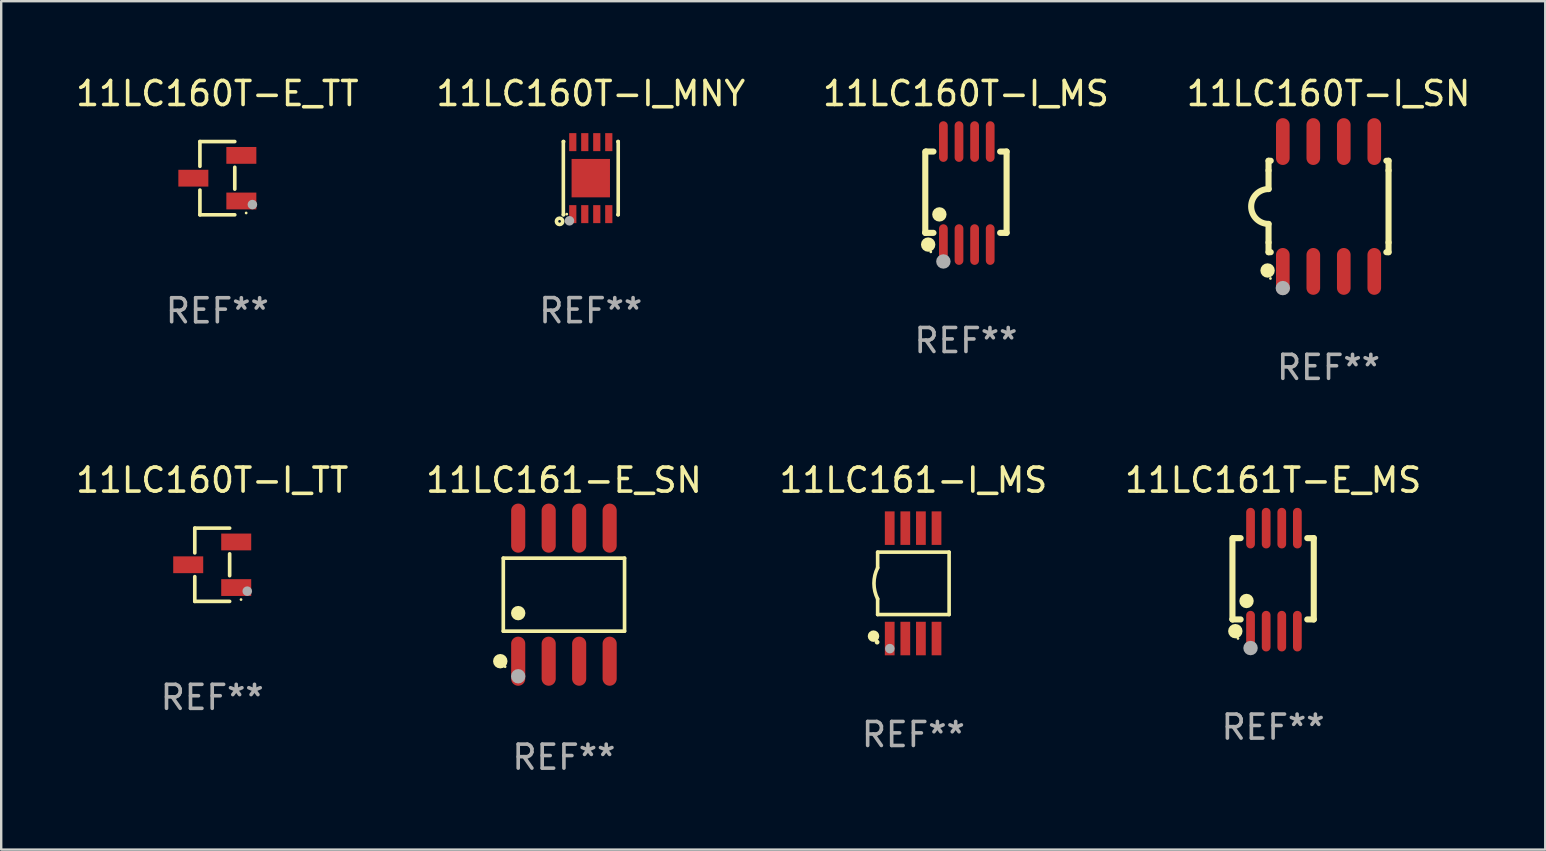
<source format=kicad_pcb>
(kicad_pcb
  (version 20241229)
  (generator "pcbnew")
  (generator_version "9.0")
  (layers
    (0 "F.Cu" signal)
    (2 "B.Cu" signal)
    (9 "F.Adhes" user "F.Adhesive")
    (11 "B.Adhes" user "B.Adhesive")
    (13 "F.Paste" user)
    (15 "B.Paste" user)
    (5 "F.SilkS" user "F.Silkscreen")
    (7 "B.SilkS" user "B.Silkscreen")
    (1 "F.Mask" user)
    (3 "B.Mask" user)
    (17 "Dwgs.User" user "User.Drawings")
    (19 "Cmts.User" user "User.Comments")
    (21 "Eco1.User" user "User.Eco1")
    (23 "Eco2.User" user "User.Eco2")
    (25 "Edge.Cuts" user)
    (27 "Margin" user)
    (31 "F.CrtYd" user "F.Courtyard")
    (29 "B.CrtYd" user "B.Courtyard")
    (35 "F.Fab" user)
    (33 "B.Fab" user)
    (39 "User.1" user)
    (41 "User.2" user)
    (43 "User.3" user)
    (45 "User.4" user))
  (footprint "11LC160T-I_TT"
    (layer "F.Cu")
    (at 5.792 20.481)
    (property "Reference" "11LC160T-I_TT" (at 0 -3.526 0) (layer "F.SilkS") (effects (font (size 1 1) (thickness 0.15))))
    (attr through_hole)
    (fp_line (start -0.726 -1.526) (end -0.726 -0.495) (stroke (width 0.152) (type solid)) (layer "F.SilkS"))
    (fp_line (start -0.726 1.526) (end -0.726 0.495) (stroke (width 0.152) (type solid)) (layer "F.SilkS"))
    (fp_line (start 0.726 -1.526) (end -0.726 -1.526) (stroke (width 0.152) (type solid)) (layer "F.SilkS"))
    (fp_line (start 0.726 -0.455) (end 0.726 0.455) (stroke (width 0.152) (type solid)) (layer "F.SilkS"))
    (fp_line (start 0.726 1.526) (end -0.726 1.526) (stroke (width 0.152) (type solid)) (layer "F.SilkS"))
    (fp_circle (center 1.2 1.45) (end 1.23 1.45) (stroke (width 0.06) (type solid)) (fill no) (layer "F.SilkS"))
    (fp_circle (center 1.46 1.1) (end 1.56 1.1) (stroke (width 0.2) (type solid)) (fill no) (layer "F.Fab"))
    (fp_text user "REF**" (at 0 5.526 0) (layer "F.Fab") (effects (font (size 1 1) (thickness 0.15))))
    (pad "1" smd rect (at 1 0.95) (size 1.25 0.7) (layers "F.Cu" "F.Mask" "F.Paste"))
    (pad "2" smd rect (at 1 -0.95) (size 1.25 0.7) (layers "F.Cu" "F.Mask" "F.Paste"))
    (pad "3" smd rect (at -1 0) (size 1.25 0.7) (layers "F.Cu" "F.Mask" "F.Paste")))
  (footprint "11LC160T-I_SN"
    (layer "F.Cu")
    (at 52.304 5.553)
    (property "Reference" "11LC160T-I_SN" (at 0 -4.705 0) (layer "F.SilkS") (effects (font (size 1 1) (thickness 0.15))))
    (attr through_hole)
    (fp_line (start -2.5 -1.905) (end -2.409 -1.905) (stroke (width 0.254) (type solid)) (layer "F.SilkS"))
    (fp_line (start -2.5 -1.5) (end -2.5 -1.905) (stroke (width 0.254) (type solid)) (layer "F.SilkS"))
    (fp_line (start -2.5 -1.5) (end -2.5 -0.726) (stroke (width 0.254) (type solid)) (layer "F.SilkS"))
    (fp_line (start -2.5 1.5) (end -2.5 0.727) (stroke (width 0.254) (type solid)) (layer "F.SilkS"))
    (fp_line (start -2.5 1.5) (end -2.5 1.905) (stroke (width 0.254) (type solid)) (layer "F.SilkS"))
    (fp_line (start -2.5 1.905) (end -2.409 1.905) (stroke (width 0.254) (type solid)) (layer "F.SilkS"))
    (fp_line (start 2.5 -1.905) (end 2.409 -1.905) (stroke (width 0.254) (type solid)) (layer "F.SilkS"))
    (fp_line (start 2.5 -1.5) (end 2.5 -1.905) (stroke (width 0.254) (type solid)) (layer "F.SilkS"))
    (fp_line (start 2.5 -1.5) (end 2.5 1.5) (stroke (width 0.254) (type solid)) (layer "F.SilkS"))
    (fp_line (start 2.5 1.5) (end 2.5 1.905) (stroke (width 0.254) (type solid)) (layer "F.SilkS"))
    (fp_line (start 2.5 1.905) (end 2.409 1.905) (stroke (width 0.254) (type solid)) (layer "F.SilkS"))
    (fp_arc (start -2.5 0.726568) (mid -3.220316 -0.0023) (end -2.495097 -0.726289) (stroke (width 0.254001) (type solid)) (layer "F.SilkS"))
    (fp_circle (center -2.54 2.667) (end -2.39 2.667) (stroke (width 0.3) (type solid)) (fill no) (layer "F.SilkS"))
    (fp_circle (center -2.42 3) (end -2.39 3) (stroke (width 0.06) (type solid)) (fill no) (layer "F.SilkS"))
    (fp_circle (center -1.905 3.4) (end -1.755 3.4) (stroke (width 0.3) (type solid)) (fill no) (layer "F.Fab"))
    (fp_text user "REF**" (at 0 6.705 0) (layer "F.Fab") (effects (font (size 1 1) (thickness 0.15))))
    (pad "1" smd oval (at -1.905 2.705) (size 0.568 1.95) (layers "F.Cu" "F.Mask" "F.Paste"))
    (pad "2" smd oval (at -0.635 2.705) (size 0.568 1.95) (layers "F.Cu" "F.Mask" "F.Paste"))
    (pad "3" smd oval (at 0.635 2.705) (size 0.568 1.95) (layers "F.Cu" "F.Mask" "F.Paste"))
    (pad "4" smd oval (at 1.905 2.705) (size 0.568 1.95) (layers "F.Cu" "F.Mask" "F.Paste"))
    (pad "5" smd oval (at 1.905 -2.705) (size 0.568 1.95) (layers "F.Cu" "F.Mask" "F.Paste"))
    (pad "6" smd oval (at 0.635 -2.705) (size 0.568 1.95) (layers "F.Cu" "F.Mask" "F.Paste"))
    (pad "7" smd oval (at -0.635 -2.705) (size 0.568 1.95) (layers "F.Cu" "F.Mask" "F.Paste"))
    (pad "8" smd oval (at -1.905 -2.705) (size 0.568 1.95) (layers "F.Cu" "F.Mask" "F.Paste")))
  (footprint "11LC161-E_SN"
    (layer "F.Cu")
    (at 20.446 21.727)
    (property "Reference" "11LC161-E_SN" (at 0 -4.772 0) (layer "F.SilkS") (effects (font (size 1 1) (thickness 0.15))))
    (attr through_hole)
    (fp_line (start -2.526 -1.521) (end 2.526 -1.521) (stroke (width 0.152) (type solid)) (layer "F.SilkS"))
    (fp_line (start -2.526 1.521) (end -2.526 -1.521) (stroke (width 0.152) (type solid)) (layer "F.SilkS"))
    (fp_line (start 2.526 -1.521) (end 2.526 1.521) (stroke (width 0.152) (type solid)) (layer "F.SilkS"))
    (fp_line (start 2.526 1.521) (end -2.526 1.521) (stroke (width 0.152) (type solid)) (layer "F.SilkS"))
    (fp_circle (center -2.652 2.772) (end -2.501 2.772) (stroke (width 0.3) (type solid)) (fill no) (layer "F.SilkS"))
    (fp_circle (center -2.45 3) (end -2.42 3) (stroke (width 0.06) (type solid)) (fill no) (layer "F.SilkS"))
    (fp_circle (center -1.905 0.769) (end -1.755 0.769) (stroke (width 0.3) (type solid)) (fill no) (layer "F.SilkS"))
    (fp_circle (center -1.905 3.4) (end -1.755 3.4) (stroke (width 0.3) (type solid)) (fill no) (layer "F.Fab"))
    (fp_text user "REF**" (at 0 6.772 0) (layer "F.Fab") (effects (font (size 1 1) (thickness 0.15))))
    (pad "1" smd oval (at -1.905 2.772) (size 0.588 2.045) (layers "F.Cu" "F.Mask" "F.Paste"))
    (pad "2" smd oval (at -0.635 2.772) (size 0.588 2.045) (layers "F.Cu" "F.Mask" "F.Paste"))
    (pad "3" smd oval (at 0.635 2.772) (size 0.588 2.045) (layers "F.Cu" "F.Mask" "F.Paste"))
    (pad "4" smd oval (at 1.905 2.772) (size 0.588 2.045) (layers "F.Cu" "F.Mask" "F.Paste"))
    (pad "5" smd oval (at 1.905 -2.772) (size 0.588 2.045) (layers "F.Cu" "F.Mask" "F.Paste"))
    (pad "6" smd oval (at 0.635 -2.772) (size 0.588 2.045) (layers "F.Cu" "F.Mask" "F.Paste"))
    (pad "7" smd oval (at -0.635 -2.772) (size 0.588 2.045) (layers "F.Cu" "F.Mask" "F.Paste"))
    (pad "8" smd oval (at -1.905 -2.772) (size 0.588 2.045) (layers "F.Cu" "F.Mask" "F.Paste")))
  (footprint "11LC160T-E_TT"
    (layer "F.Cu")
    (at 6.006 4.374)
    (property "Reference" "11LC160T-E_TT" (at 0 -3.526 0) (layer "F.SilkS") (effects (font (size 1 1) (thickness 0.15))))
    (attr through_hole)
    (fp_line (start -0.726 -1.526) (end -0.726 -0.495) (stroke (width 0.152) (type solid)) (layer "F.SilkS"))
    (fp_line (start -0.726 1.526) (end -0.726 0.495) (stroke (width 0.152) (type solid)) (layer "F.SilkS"))
    (fp_line (start 0.726 -1.526) (end -0.726 -1.526) (stroke (width 0.152) (type solid)) (layer "F.SilkS"))
    (fp_line (start 0.726 -0.455) (end 0.726 0.455) (stroke (width 0.152) (type solid)) (layer "F.SilkS"))
    (fp_line (start 0.726 1.526) (end -0.726 1.526) (stroke (width 0.152) (type solid)) (layer "F.SilkS"))
    (fp_circle (center 1.2 1.45) (end 1.23 1.45) (stroke (width 0.06) (type solid)) (fill no) (layer "F.SilkS"))
    (fp_circle (center 1.46 1.1) (end 1.56 1.1) (stroke (width 0.2) (type solid)) (fill no) (layer "F.Fab"))
    (fp_text user "REF**" (at 0 5.526 0) (layer "F.Fab") (effects (font (size 1 1) (thickness 0.15))))
    (pad "1" smd rect (at 1 0.95) (size 1.25 0.7) (layers "F.Cu" "F.Mask" "F.Paste"))
    (pad "2" smd rect (at 1 -0.95) (size 1.25 0.7) (layers "F.Cu" "F.Mask" "F.Paste"))
    (pad "3" smd rect (at -1 0) (size 1.25 0.7) (layers "F.Cu" "F.Mask" "F.Paste")))
  (footprint "11LC161T-E_MS"
    (layer "F.Cu")
    (at 49.994 21.101)
    (property "Reference" "11LC161T-E_MS" (at 0 -4.146 0) (layer "F.SilkS") (effects (font (size 1 1) (thickness 0.15))))
    (attr through_hole)
    (fp_line (start -1.694 -1.724) (end -1.694 1.652) (stroke (width 0.254) (type solid)) (layer "F.SilkS"))
    (fp_line (start -1.694 1.652) (end -1.688 1.658) (stroke (width 0.254) (type solid)) (layer "F.SilkS"))
    (fp_line (start -1.688 1.658) (end -1.353 1.658) (stroke (width 0.254) (type solid)) (layer "F.SilkS"))
    (fp_line (start -1.661 -1.73) (end -1.681 -1.71) (stroke (width 0.254) (type solid)) (layer "F.SilkS"))
    (fp_line (start -1.353 -1.73) (end -1.661 -1.73) (stroke (width 0.254) (type solid)) (layer "F.SilkS"))
    (fp_line (start 1.424 1.658) (end 1.694 1.658) (stroke (width 0.254) (type solid)) (layer "F.SilkS"))
    (fp_line (start 1.694 -1.73) (end 1.424 -1.73) (stroke (width 0.254) (type solid)) (layer "F.SilkS"))
    (fp_line (start 1.694 1.658) (end 1.694 -1.73) (stroke (width 0.254) (type solid)) (layer "F.SilkS"))
    (fp_circle (center -1.574 2.146) (end -1.424 2.146) (stroke (width 0.3) (type solid)) (fill no) (layer "F.SilkS"))
    (fp_circle (center -1.464 2.45) (end -1.434 2.45) (stroke (width 0.06) (type solid)) (fill no) (layer "F.SilkS"))
    (fp_circle (center -1.107 0.889) (end -0.957 0.889) (stroke (width 0.3) (type solid)) (fill no) (layer "F.SilkS"))
    (fp_circle (center -0.94 2.85) (end -0.789 2.85) (stroke (width 0.3) (type solid)) (fill no) (layer "F.Fab"))
    (fp_text user "REF**" (at 0 6.146 0) (layer "F.Fab") (effects (font (size 1 1) (thickness 0.15))))
    (pad "1" smd oval (at -0.94 2.146) (size 0.364 1.692) (layers "F.Cu" "F.Mask" "F.Paste"))
    (pad "2" smd oval (at -0.289 2.146) (size 0.364 1.692) (layers "F.Cu" "F.Mask" "F.Paste"))
    (pad "3" smd oval (at 0.361 2.146) (size 0.364 1.692) (layers "F.Cu" "F.Mask" "F.Paste"))
    (pad "4" smd oval (at 1.011 2.146) (size 0.364 1.692) (layers "F.Cu" "F.Mask" "F.Paste"))
    (pad "5" smd oval (at 1.011 -2.146) (size 0.364 1.692) (layers "F.Cu" "F.Mask" "F.Paste"))
    (pad "6" smd oval (at 0.361 -2.146) (size 0.364 1.692) (layers "F.Cu" "F.Mask" "F.Paste"))
    (pad "7" smd oval (at -0.289 -2.146) (size 0.364 1.692) (layers "F.Cu" "F.Mask" "F.Paste"))
    (pad "8" smd oval (at -0.94 -2.146) (size 0.364 1.692) (layers "F.Cu" "F.Mask" "F.Paste")))
  (footprint "11LC160T-I_MS"
    (layer "F.Cu")
    (at 37.196 4.994)
    (property "Reference" "11LC160T-I_MS" (at 0 -4.146 0) (layer "F.SilkS") (effects (font (size 1 1) (thickness 0.15))))
    (attr through_hole)
    (fp_line (start -1.694 -1.724) (end -1.694 1.652) (stroke (width 0.254) (type solid)) (layer "F.SilkS"))
    (fp_line (start -1.694 1.652) (end -1.688 1.658) (stroke (width 0.254) (type solid)) (layer "F.SilkS"))
    (fp_line (start -1.688 1.658) (end -1.353 1.658) (stroke (width 0.254) (type solid)) (layer "F.SilkS"))
    (fp_line (start -1.661 -1.73) (end -1.681 -1.71) (stroke (width 0.254) (type solid)) (layer "F.SilkS"))
    (fp_line (start -1.353 -1.73) (end -1.661 -1.73) (stroke (width 0.254) (type solid)) (layer "F.SilkS"))
    (fp_line (start 1.424 1.658) (end 1.694 1.658) (stroke (width 0.254) (type solid)) (layer "F.SilkS"))
    (fp_line (start 1.694 -1.73) (end 1.424 -1.73) (stroke (width 0.254) (type solid)) (layer "F.SilkS"))
    (fp_line (start 1.694 1.658) (end 1.694 -1.73) (stroke (width 0.254) (type solid)) (layer "F.SilkS"))
    (fp_circle (center -1.574 2.146) (end -1.424 2.146) (stroke (width 0.3) (type solid)) (fill no) (layer "F.SilkS"))
    (fp_circle (center -1.464 2.45) (end -1.434 2.45) (stroke (width 0.06) (type solid)) (fill no) (layer "F.SilkS"))
    (fp_circle (center -1.107 0.889) (end -0.957 0.889) (stroke (width 0.3) (type solid)) (fill no) (layer "F.SilkS"))
    (fp_circle (center -0.94 2.85) (end -0.789 2.85) (stroke (width 0.3) (type solid)) (fill no) (layer "F.Fab"))
    (fp_text user "REF**" (at 0 6.146 0) (layer "F.Fab") (effects (font (size 1 1) (thickness 0.15))))
    (pad "1" smd oval (at -0.94 2.146) (size 0.364 1.692) (layers "F.Cu" "F.Mask" "F.Paste"))
    (pad "2" smd oval (at -0.289 2.146) (size 0.364 1.692) (layers "F.Cu" "F.Mask" "F.Paste"))
    (pad "3" smd oval (at 0.361 2.146) (size 0.364 1.692) (layers "F.Cu" "F.Mask" "F.Paste"))
    (pad "4" smd oval (at 1.011 2.146) (size 0.364 1.692) (layers "F.Cu" "F.Mask" "F.Paste"))
    (pad "5" smd oval (at 1.011 -2.146) (size 0.364 1.692) (layers "F.Cu" "F.Mask" "F.Paste"))
    (pad "6" smd oval (at 0.361 -2.146) (size 0.364 1.692) (layers "F.Cu" "F.Mask" "F.Paste"))
    (pad "7" smd oval (at -0.289 -2.146) (size 0.364 1.692) (layers "F.Cu" "F.Mask" "F.Paste"))
    (pad "8" smd oval (at -0.94 -2.146) (size 0.364 1.692) (layers "F.Cu" "F.Mask" "F.Paste")))
  (footprint "11LC160T-I_MNY"
    (layer "F.Cu")
    (at 21.565 4.372)
    (property "Reference" "11LC160T-I_MNY" (at 0 -3.524 0) (layer "F.SilkS") (effects (font (size 1 1) (thickness 0.15))))
    (attr through_hole)
    (fp_line (start -1.143 -1.524) (end -1.143 1.524) (stroke (width 0.15) (type solid)) (layer "F.SilkS"))
    (fp_line (start -1.143 1.524) (end -1.129 1.524) (stroke (width 0.15) (type solid)) (layer "F.SilkS"))
    (fp_line (start -1.129 -1.524) (end -1.143 -1.524) (stroke (width 0.15) (type solid)) (layer "F.SilkS"))
    (fp_line (start 1.129 1.524) (end 1.143 1.524) (stroke (width 0.15) (type solid)) (layer "F.SilkS"))
    (fp_line (start 1.143 -1.524) (end 1.129 -1.524) (stroke (width 0.15) (type solid)) (layer "F.SilkS"))
    (fp_line (start 1.143 1.524) (end 1.143 -1.524) (stroke (width 0.15) (type solid)) (layer "F.SilkS"))
    (fp_circle (center -1.3 1.8) (end -1.243 1.8) (stroke (width 0.15) (type solid)) (fill no) (layer "F.SilkS"))
    (fp_circle (center -1 1.5) (end -0.97 1.5) (stroke (width 0.06) (type solid)) (fill no) (layer "F.SilkS"))
    (fp_circle (center -0.889 1.778) (end -0.789 1.778) (stroke (width 0.2) (type solid)) (fill no) (layer "F.Fab"))
    (fp_text user "REF**" (at 0 5.524 0) (layer "F.Fab") (effects (font (size 1 1) (thickness 0.15))))
    (pad "1" smd rect (at -0.75 1.5 90) (size 0.75 0.3) (layers "F.Cu" "F.Mask" "F.Paste"))
    (pad "2" smd rect (at -0.25 1.5 90) (size 0.75 0.3) (layers "F.Cu" "F.Mask" "F.Paste"))
    (pad "3" smd rect (at 0.25 1.5 90) (size 0.75 0.3) (layers "F.Cu" "F.Mask" "F.Paste"))
    (pad "4" smd rect (at 0.75 1.5 90) (size 0.75 0.3) (layers "F.Cu" "F.Mask" "F.Paste"))
    (pad "5" smd rect (at 0.75 -1.5 90) (size 0.75 0.3) (layers "F.Cu" "F.Mask" "F.Paste"))
    (pad "6" smd rect (at 0.25 -1.5 90) (size 0.75 0.3) (layers "F.Cu" "F.Mask" "F.Paste"))
    (pad "7" smd rect (at -0.25 -1.5 90) (size 0.75 0.3) (layers "F.Cu" "F.Mask" "F.Paste"))
    (pad "8" smd rect (at -0.75 -1.5 90) (size 0.75 0.3) (layers "F.Cu" "F.Mask" "F.Paste"))
    (pad "9" smd rect (at -0.000203 0.000457 90) (size 1.6 1.6) (layers "F.Cu" "F.Mask" "F.Paste")))
  (footprint "11LC161-I_MS"
    (layer "F.Cu")
    (at 35.006 21.255)
    (property "Reference" "11LC161-I_MS" (at 0 -4.3 0) (layer "F.SilkS") (effects (font (size 1 1) (thickness 0.15))))
    (attr through_hole)
    (fp_line (start -1.489 -1.3) (end -1.489 -0.648) (stroke (width 0.15) (type solid)) (layer "F.SilkS"))
    (fp_line (start -1.489 0.648) (end -1.489 1.3) (stroke (width 0.15) (type solid)) (layer "F.SilkS"))
    (fp_line (start -1.489 1.3) (end 1.489 1.3) (stroke (width 0.15) (type solid)) (layer "F.SilkS"))
    (fp_line (start 1.489 -1.3) (end -1.489 -1.3) (stroke (width 0.15) (type solid)) (layer "F.SilkS"))
    (fp_line (start 1.489 1.3) (end 1.489 -1.3) (stroke (width 0.15) (type solid)) (layer "F.SilkS"))
    (fp_arc (start -1.489205 0.647702) (mid -1.642107 0) (end -1.489205 -0.647701) (stroke (width 0.150013) (type solid)) (layer "F.SilkS"))
    (fp_circle (center -1.661 2.2) (end -1.541 2.2) (stroke (width 0.24) (type solid)) (fill no) (layer "F.SilkS"))
    (fp_circle (center -1.511 2.45) (end -1.461 2.45) (stroke (width 0.1) (type solid)) (fill no) (layer "F.SilkS"))
    (fp_circle (center -0.981 2.72) (end -0.881 2.72) (stroke (width 0.2) (type solid)) (fill no) (layer "F.Fab"))
    (fp_text user "REF**" (at 0 6.3 0) (layer "F.Fab") (effects (font (size 1 1) (thickness 0.15))))
    (pad "1" smd rect (at -0.986 2.3) (size 0.406 1.397) (layers "F.Cu" "F.Mask" "F.Paste"))
    (pad "2" smd rect (at -0.336 2.3) (size 0.406 1.397) (layers "F.Cu" "F.Mask" "F.Paste"))
    (pad "3" smd rect (at 0.314 2.3) (size 0.406 1.397) (layers "F.Cu" "F.Mask" "F.Paste"))
    (pad "4" smd rect (at 0.964 2.3) (size 0.406 1.397) (layers "F.Cu" "F.Mask" "F.Paste"))
    (pad "5" smd rect (at 0.964 -2.3) (size 0.406 1.397) (layers "F.Cu" "F.Mask" "F.Paste"))
    (pad "6" smd rect (at 0.314 -2.3) (size 0.406 1.397) (layers "F.Cu" "F.Mask" "F.Paste"))
    (pad "7" smd rect (at -0.336 -2.3) (size 0.406 1.397) (layers "F.Cu" "F.Mask" "F.Paste"))
    (pad "8" smd rect (at -0.986 -2.3) (size 0.406 1.397) (layers "F.Cu" "F.Mask" "F.Paste")))
  (gr_rect
    (start -3 -3)
    (end 61.333 32.348)
    (stroke (width 0.1) (type default))
    (fill no)
    (layer "Edge.Cuts")))
</source>
